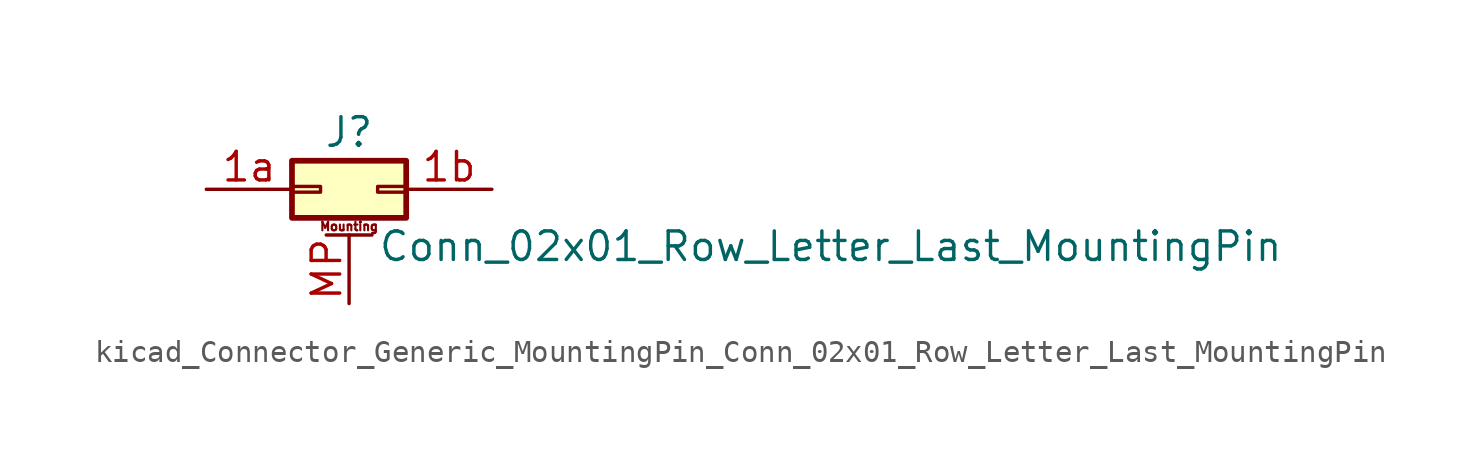
<source format=kicad_sym>
(kicad_symbol_lib
  (version 20220914)
  (generator kicad_symbol_editor)
  (symbol "kicad_Connector_Generic_MountingPin_Conn_02x01_Row_Letter_Last_MountingPin"
    (pin_names
      (offset 1.016) hide)
    (property "Reference" "J"
      (at 1.27 2.54 0)
      (effects (font (size 1.27 1.27))))
    (property "Value" "Conn_02x01_Row_Letter_Last_MountingPin"
      (at 2.54 -2.54 0)
      (effects (font (size 1.27 1.27)) (justify left)))
    (symbol "kicad_Connector_Generic_MountingPin_Conn_02x01_Row_Letter_Last_MountingPin_1_1"
      (rectangle (start -1.27 0.127) (end 0 -0.127) (stroke (width 0.152) (type default)) (fill (type none)))
      (rectangle (start -1.27 1.27) (end 3.81 -1.27) (stroke (width 0.254) (type default)) (fill (type background)))
      (polyline (pts (xy 0.254 -2.032) (xy 2.286 -2.032)) (stroke (width 0.152) (type default)) (fill (type none)))
      (rectangle (start 3.81 0.127) (end 2.54 -0.127) (stroke (width 0.152) (type default)) (fill (type none)))
      (text "Mounting" (at 1.27 -1.651 0) (effects (font (size 0.381 0.381))))
      (pin passive line (at -5.08 0 0) (length 3.81) (name "Pin_1a" (effects (font (size 1.27 1.27)))) (number "1a" (effects (font (size 1.27 1.27)))))
      (pin passive line (at 7.62 0 180) (length 3.81) (name "Pin_1b" (effects (font (size 1.27 1.27)))) (number "1b" (effects (font (size 1.27 1.27)))))
      (pin passive line (at 1.27 -5.08 90) (length 3.048) (name "MountPin" (effects (font (size 1.27 1.27)))) (number "MP" (effects (font (size 1.27 1.27))))))))
</source>
